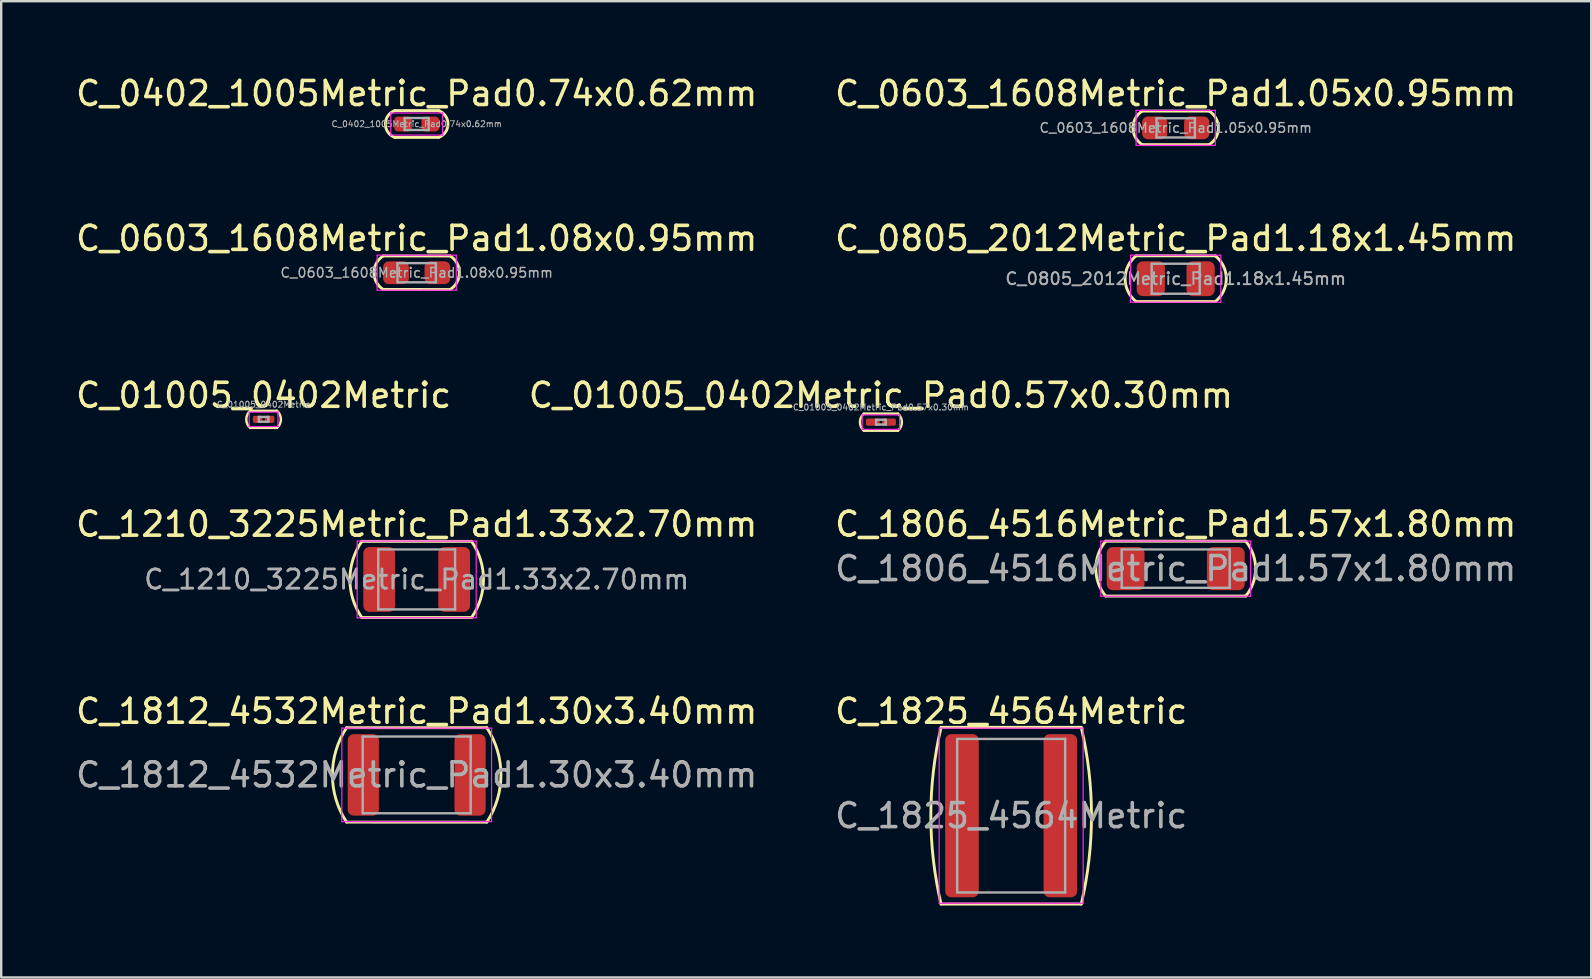
<source format=kicad_pcb>
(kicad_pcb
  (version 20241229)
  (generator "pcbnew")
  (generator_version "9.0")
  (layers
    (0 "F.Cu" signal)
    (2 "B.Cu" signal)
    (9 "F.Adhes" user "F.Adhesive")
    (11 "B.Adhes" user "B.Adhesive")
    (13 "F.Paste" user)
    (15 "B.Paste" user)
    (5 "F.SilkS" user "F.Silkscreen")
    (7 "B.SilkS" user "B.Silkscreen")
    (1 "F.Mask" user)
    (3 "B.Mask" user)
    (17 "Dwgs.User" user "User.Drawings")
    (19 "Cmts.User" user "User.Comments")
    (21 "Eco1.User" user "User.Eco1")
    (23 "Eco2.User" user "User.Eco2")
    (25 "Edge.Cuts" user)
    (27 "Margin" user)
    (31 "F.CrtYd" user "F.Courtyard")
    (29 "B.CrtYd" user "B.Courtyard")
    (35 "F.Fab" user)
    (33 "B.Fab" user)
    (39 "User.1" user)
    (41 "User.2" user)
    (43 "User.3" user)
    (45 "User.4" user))
  (footprint "C_0402_1005Metric_Pad0.74x0.62mm"
    (layer "F.Cu")
    (at 14.315 2.118)
    (property "Reference" "C_0402_1005Metric_Pad0.74x0.62mm" (at 0 -1.27 0) (layer "F.SilkS") (effects (font (size 1 1) (thickness 0.15))))
    (attr smd)
    (fp_line (start -0.914 -0.559) (end 0.914 -0.559) (stroke (width 0.12) (type solid)) (layer "F.SilkS"))
    (fp_line (start 0.914 0.559) (end -0.914 0.559) (stroke (width 0.12) (type solid)) (layer "F.SilkS"))
    (fp_arc (start -0.914399 0.558801) (mid -1.305797 0.000002) (end -0.9144 -0.558797) (stroke (width 0.12) (type solid)) (layer "F.SilkS"))
    (fp_arc (start 0.914399 -0.558799) (mid 1.305797 0) (end 0.9144 0.558799) (stroke (width 0.12) (type solid)) (layer "F.SilkS"))
    (fp_line (start -1.08 -0.46) (end 1.08 -0.46) (stroke (width 0.05) (type solid)) (layer "F.CrtYd"))
    (fp_line (start -1.08 0.46) (end -1.08 -0.46) (stroke (width 0.05) (type solid)) (layer "F.CrtYd"))
    (fp_line (start 1.08 -0.46) (end 1.08 0.46) (stroke (width 0.05) (type solid)) (layer "F.CrtYd"))
    (fp_line (start 1.08 0.46) (end -1.08 0.46) (stroke (width 0.05) (type solid)) (layer "F.CrtYd"))
    (fp_line (start -0.5 -0.25) (end 0.5 -0.25) (stroke (width 0.1) (type solid)) (layer "F.Fab"))
    (fp_line (start -0.5 0.25) (end -0.5 -0.25) (stroke (width 0.1) (type solid)) (layer "F.Fab"))
    (fp_line (start 0.5 -0.25) (end 0.5 0.25) (stroke (width 0.1) (type solid)) (layer "F.Fab"))
    (fp_line (start 0.5 0.25) (end -0.5 0.25) (stroke (width 0.1) (type solid)) (layer "F.Fab"))
    (fp_text user "${REFERENCE}" (at 0 0 0) (layer "F.Fab") (effects (font (size 0.25 0.25) (thickness 0.04))))
    (pad "1" smd roundrect (at -0.568 0) (size 0.735 0.62) (layers "F.Cu" "F.Mask" "F.Paste") (roundrect_rratio 0.25))
    (pad "2" smd roundrect (at 0.568 0) (size 0.735 0.62) (layers "F.Cu" "F.Mask" "F.Paste") (roundrect_rratio 0.25)))
  (footprint "C_0603_1608Metric_Pad1.08x0.95mm"
    (layer "F.Cu")
    (at 14.315 8.315)
    (property "Reference" "C_0603_1608Metric_Pad1.08x0.95mm" (at 0 -1.43 0) (layer "F.SilkS") (effects (font (size 1 1) (thickness 0.15))))
    (attr smd)
    (fp_line (start -1.397 0.698) (end 1.397 0.699) (stroke (width 0.12) (type solid)) (layer "F.SilkS"))
    (fp_line (start 1.397 -0.698) (end -1.397 -0.699) (stroke (width 0.12) (type solid)) (layer "F.SilkS"))
    (fp_arc (start -1.396999 0.698499) (mid -1.780438 0) (end -1.397 -0.6985) (stroke (width 0.12) (type solid)) (layer "F.SilkS"))
    (fp_arc (start 1.396999 -0.698499) (mid 1.780438 0) (end 1.397 0.6985) (stroke (width 0.12) (type solid)) (layer "F.SilkS"))
    (fp_line (start -1.65 -0.73) (end 1.65 -0.73) (stroke (width 0.05) (type solid)) (layer "F.CrtYd"))
    (fp_line (start -1.65 0.73) (end -1.65 -0.73) (stroke (width 0.05) (type solid)) (layer "F.CrtYd"))
    (fp_line (start 1.65 -0.73) (end 1.65 0.73) (stroke (width 0.05) (type solid)) (layer "F.CrtYd"))
    (fp_line (start 1.65 0.73) (end -1.65 0.73) (stroke (width 0.05) (type solid)) (layer "F.CrtYd"))
    (fp_line (start -0.8 -0.4) (end 0.8 -0.4) (stroke (width 0.1) (type solid)) (layer "F.Fab"))
    (fp_line (start -0.8 0.4) (end -0.8 -0.4) (stroke (width 0.1) (type solid)) (layer "F.Fab"))
    (fp_line (start 0.8 -0.4) (end 0.8 0.4) (stroke (width 0.1) (type solid)) (layer "F.Fab"))
    (fp_line (start 0.8 0.4) (end -0.8 0.4) (stroke (width 0.1) (type solid)) (layer "F.Fab"))
    (fp_text user "${REFERENCE}" (at 0 0 0) (layer "F.Fab") (effects (font (size 0.4 0.4) (thickness 0.06))))
    (pad "1" smd roundrect (at -0.863 0) (size 1.075 0.95) (layers "F.Cu" "F.Mask" "F.Paste") (roundrect_rratio 0.25))
    (pad "2" smd roundrect (at 0.863 0) (size 1.075 0.95) (layers "F.Cu" "F.Mask" "F.Paste") (roundrect_rratio 0.25)))
  (footprint "C_1825_4564Metric"
    (layer "F.Cu")
    (at 39.089 30.943)
    (property "Reference" "C_1825_4564Metric" (at 0 -4.35 0) (layer "F.SilkS") (effects (font (size 1 1) (thickness 0.15))))
    (attr smd)
    (fp_line (start -2.921 3.683) (end 2.921 3.683) (stroke (width 0.12) (type solid)) (layer "F.SilkS"))
    (fp_line (start 2.921 -3.683) (end -2.921 -3.683) (stroke (width 0.12) (type solid)) (layer "F.SilkS"))
    (fp_arc (start -2.921 3.683) (mid -3.347615 0) (end -2.921 -3.683) (stroke (width 0.12) (type solid)) (layer "F.SilkS"))
    (fp_arc (start 2.921 -3.683) (mid 3.347615 0) (end 2.921 3.683) (stroke (width 0.12) (type solid)) (layer "F.SilkS"))
    (fp_line (start -3 -3.65) (end 3 -3.65) (stroke (width 0.05) (type solid)) (layer "F.CrtYd"))
    (fp_line (start -3 3.65) (end -3 -3.65) (stroke (width 0.05) (type solid)) (layer "F.CrtYd"))
    (fp_line (start 3 -3.65) (end 3 3.65) (stroke (width 0.05) (type solid)) (layer "F.CrtYd"))
    (fp_line (start 3 3.65) (end -3 3.65) (stroke (width 0.05) (type solid)) (layer "F.CrtYd"))
    (fp_line (start -2.25 -3.2) (end 2.25 -3.2) (stroke (width 0.1) (type solid)) (layer "F.Fab"))
    (fp_line (start -2.25 3.2) (end -2.25 -3.2) (stroke (width 0.1) (type solid)) (layer "F.Fab"))
    (fp_line (start 2.25 -3.2) (end 2.25 3.2) (stroke (width 0.1) (type solid)) (layer "F.Fab"))
    (fp_line (start 2.25 3.2) (end -2.25 3.2) (stroke (width 0.1) (type solid)) (layer "F.Fab"))
    (fp_text user "${REFERENCE}" (at 0 0 0) (layer "F.Fab") (effects (font (size 1 1) (thickness 0.15))))
    (pad "1" smd roundrect (at -2.05 0) (size 1.4 6.8) (layers "F.Cu" "F.Mask" "F.Paste") (roundrect_rratio 0.179))
    (pad "2" smd roundrect (at 2.05 0) (size 1.4 6.8) (layers "F.Cu" "F.Mask" "F.Paste") (roundrect_rratio 0.179)))
  (footprint "C_0603_1608Metric_Pad1.05x0.95mm"
    (layer "F.Cu")
    (at 45.946 2.278)
    (property "Reference" "C_0603_1608Metric_Pad1.05x0.95mm" (at 0 -1.43 0) (layer "F.SilkS") (effects (font (size 1 1) (thickness 0.15))))
    (attr smd)
    (fp_line (start -1.397 0.699) (end 1.397 0.699) (stroke (width 0.12) (type solid)) (layer "F.SilkS"))
    (fp_line (start 1.397 -0.698) (end -1.397 -0.698) (stroke (width 0.12) (type solid)) (layer "F.SilkS"))
    (fp_arc (start -1.397 0.698501) (mid -1.780439 0.000002) (end -1.397001 -0.698498) (stroke (width 0.12) (type solid)) (layer "F.SilkS"))
    (fp_arc (start 1.396999 -0.698499) (mid 1.780438 0) (end 1.397 0.6985) (stroke (width 0.12) (type solid)) (layer "F.SilkS"))
    (fp_line (start -1.65 -0.73) (end 1.65 -0.73) (stroke (width 0.05) (type solid)) (layer "F.CrtYd"))
    (fp_line (start -1.65 0.73) (end -1.65 -0.73) (stroke (width 0.05) (type solid)) (layer "F.CrtYd"))
    (fp_line (start 1.65 -0.73) (end 1.65 0.73) (stroke (width 0.05) (type solid)) (layer "F.CrtYd"))
    (fp_line (start 1.65 0.73) (end -1.65 0.73) (stroke (width 0.05) (type solid)) (layer "F.CrtYd"))
    (fp_line (start -0.8 -0.4) (end 0.8 -0.4) (stroke (width 0.1) (type solid)) (layer "F.Fab"))
    (fp_line (start -0.8 0.4) (end -0.8 -0.4) (stroke (width 0.1) (type solid)) (layer "F.Fab"))
    (fp_line (start 0.8 -0.4) (end 0.8 0.4) (stroke (width 0.1) (type solid)) (layer "F.Fab"))
    (fp_line (start 0.8 0.4) (end -0.8 0.4) (stroke (width 0.1) (type solid)) (layer "F.Fab"))
    (fp_text user "${REFERENCE}" (at 0 0 0) (layer "F.Fab") (effects (font (size 0.4 0.4) (thickness 0.06))))
    (pad "1" smd roundrect (at -0.875 0) (size 1.05 0.95) (layers "F.Cu" "F.Mask" "F.Paste") (roundrect_rratio 0.25))
    (pad "2" smd roundrect (at 0.875 0) (size 1.05 0.95) (layers "F.Cu" "F.Mask" "F.Paste") (roundrect_rratio 0.25)))
  (footprint "C_1210_3225Metric_Pad1.33x2.70mm"
    (layer "F.Cu")
    (at 14.315 21.097)
    (property "Reference" "C_1210_3225Metric_Pad1.33x2.70mm" (at 0 -2.3 0) (layer "F.SilkS") (effects (font (size 1 1) (thickness 0.15))))
    (attr smd)
    (fp_line (start -2.286 1.587) (end 2.286 1.587) (stroke (width 0.12) (type solid)) (layer "F.SilkS"))
    (fp_line (start 2.286 -1.587) (end -2.286 -1.587) (stroke (width 0.12) (type solid)) (layer "F.SilkS"))
    (fp_arc (start -2.286 1.5875) (mid -2.783155 0) (end -2.286 -1.5875) (stroke (width 0.12) (type solid)) (layer "F.SilkS"))
    (fp_arc (start 2.286 -1.5875) (mid 2.783155 0) (end 2.286 1.5875) (stroke (width 0.12) (type solid)) (layer "F.SilkS"))
    (fp_line (start -2.48 -1.6) (end 2.48 -1.6) (stroke (width 0.05) (type solid)) (layer "F.CrtYd"))
    (fp_line (start -2.48 1.6) (end -2.48 -1.6) (stroke (width 0.05) (type solid)) (layer "F.CrtYd"))
    (fp_line (start 2.48 -1.6) (end 2.48 1.6) (stroke (width 0.05) (type solid)) (layer "F.CrtYd"))
    (fp_line (start 2.48 1.6) (end -2.48 1.6) (stroke (width 0.05) (type solid)) (layer "F.CrtYd"))
    (fp_line (start -1.6 -1.25) (end 1.6 -1.25) (stroke (width 0.1) (type solid)) (layer "F.Fab"))
    (fp_line (start -1.6 1.25) (end -1.6 -1.25) (stroke (width 0.1) (type solid)) (layer "F.Fab"))
    (fp_line (start 1.6 -1.25) (end 1.6 1.25) (stroke (width 0.1) (type solid)) (layer "F.Fab"))
    (fp_line (start 1.6 1.25) (end -1.6 1.25) (stroke (width 0.1) (type solid)) (layer "F.Fab"))
    (fp_text user "${REFERENCE}" (at 0 0 0) (layer "F.Fab") (effects (font (size 0.8 0.8) (thickness 0.12))))
    (pad "1" smd roundrect (at -1.562 0) (size 1.325 2.7) (layers "F.Cu" "F.Mask" "F.Paste") (roundrect_rratio 0.189))
    (pad "2" smd roundrect (at 1.562 0) (size 1.325 2.7) (layers "F.Cu" "F.Mask" "F.Paste") (roundrect_rratio 0.189)))
  (footprint "C_1806_4516Metric_Pad1.57x1.80mm"
    (layer "F.Cu")
    (at 45.946 20.647)
    (property "Reference" "C_1806_4516Metric_Pad1.57x1.80mm" (at 0 -1.85 0) (layer "F.SilkS") (effects (font (size 1 1) (thickness 0.15))))
    (attr smd)
    (fp_line (start -2.921 1.143) (end 2.921 1.143) (stroke (width 0.12) (type solid)) (layer "F.SilkS"))
    (fp_line (start 2.921 -1.143) (end -2.921 -1.143) (stroke (width 0.12) (type solid)) (layer "F.SilkS"))
    (fp_arc (start -2.921 1.143) (mid -3.329009 0) (end -2.921 -1.143) (stroke (width 0.12) (type solid)) (layer "F.SilkS"))
    (fp_arc (start 2.921 -1.143) (mid 3.329009 0) (end 2.921 1.143) (stroke (width 0.12) (type solid)) (layer "F.SilkS"))
    (fp_line (start -3.12 -1.15) (end 3.12 -1.15) (stroke (width 0.05) (type solid)) (layer "F.CrtYd"))
    (fp_line (start -3.12 1.15) (end -3.12 -1.15) (stroke (width 0.05) (type solid)) (layer "F.CrtYd"))
    (fp_line (start 3.12 -1.15) (end 3.12 1.15) (stroke (width 0.05) (type solid)) (layer "F.CrtYd"))
    (fp_line (start 3.12 1.15) (end -3.12 1.15) (stroke (width 0.05) (type solid)) (layer "F.CrtYd"))
    (fp_line (start -2.25 -0.8) (end 2.25 -0.8) (stroke (width 0.1) (type solid)) (layer "F.Fab"))
    (fp_line (start -2.25 0.8) (end -2.25 -0.8) (stroke (width 0.1) (type solid)) (layer "F.Fab"))
    (fp_line (start 2.25 -0.8) (end 2.25 0.8) (stroke (width 0.1) (type solid)) (layer "F.Fab"))
    (fp_line (start 2.25 0.8) (end -2.25 0.8) (stroke (width 0.1) (type solid)) (layer "F.Fab"))
    (fp_text user "${REFERENCE}" (at 0 0 0) (layer "F.Fab") (effects (font (size 1 1) (thickness 0.15))))
    (pad "1" smd roundrect (at -2.087 0) (size 1.575 1.8) (layers "F.Cu" "F.Mask" "F.Paste") (roundrect_rratio 0.159))
    (pad "2" smd roundrect (at 2.087 0) (size 1.575 1.8) (layers "F.Cu" "F.Mask" "F.Paste") (roundrect_rratio 0.159)))
  (footprint "C_01005_0402Metric"
    (layer "F.Cu")
    (at 7.935 14.426)
    (property "Reference" "C_01005_0402Metric" (at 0 -1 0) (layer "F.SilkS") (effects (font (size 1 1) (thickness 0.15))))
    (attr smd)
    (fp_line (start -0.559 0.356) (end 0.559 0.356) (stroke (width 0.1) (type solid)) (layer "F.SilkS"))
    (fp_line (start 0.559 -0.356) (end -0.559 -0.356) (stroke (width 0.1) (type solid)) (layer "F.SilkS"))
    (fp_arc (start -0.5588 0.3556) (mid -0.722357 0.000001) (end -0.5588 -0.355598) (stroke (width 0.1) (type solid)) (layer "F.SilkS"))
    (fp_arc (start 0.5588 -0.355598) (mid 0.722357 0.000001) (end 0.5588 0.3556) (stroke (width 0.1) (type solid)) (layer "F.SilkS"))
    (fp_line (start -0.6 -0.3) (end 0.6 -0.3) (stroke (width 0.05) (type solid)) (layer "F.CrtYd"))
    (fp_line (start -0.6 0.3) (end -0.6 -0.3) (stroke (width 0.05) (type solid)) (layer "F.CrtYd"))
    (fp_line (start 0.6 -0.3) (end 0.6 0.3) (stroke (width 0.05) (type solid)) (layer "F.CrtYd"))
    (fp_line (start 0.6 0.3) (end -0.6 0.3) (stroke (width 0.05) (type solid)) (layer "F.CrtYd"))
    (fp_line (start -0.2 -0.1) (end 0.2 -0.1) (stroke (width 0.1) (type solid)) (layer "F.Fab"))
    (fp_line (start -0.2 0.1) (end -0.2 -0.1) (stroke (width 0.1) (type solid)) (layer "F.Fab"))
    (fp_line (start 0.2 -0.1) (end 0.2 0.1) (stroke (width 0.1) (type solid)) (layer "F.Fab"))
    (fp_line (start 0.2 0.1) (end -0.2 0.1) (stroke (width 0.1) (type solid)) (layer "F.Fab"))
    (fp_text user "${REFERENCE}" (at 0 -0.62 0) (layer "F.Fab") (effects (font (size 0.25 0.25) (thickness 0.04))))
    (pad "" smd roundrect (at -0.275 0) (size 0.27 0.27) (layers "F.Paste") (roundrect_rratio 0.25))
    (pad "" smd roundrect (at 0.275 0) (size 0.27 0.27) (layers "F.Paste") (roundrect_rratio 0.25))
    (pad "1" smd roundrect (at -0.25 0) (size 0.4 0.3) (layers "F.Cu" "F.Mask") (roundrect_rratio 0.25))
    (pad "2" smd roundrect (at 0.25 0) (size 0.4 0.3) (layers "F.Cu" "F.Mask") (roundrect_rratio 0.25)))
  (footprint "C_0805_2012Metric_Pad1.18x1.45mm"
    (layer "F.Cu")
    (at 45.946 8.565)
    (property "Reference" "C_0805_2012Metric_Pad1.18x1.45mm" (at 0 -1.68 0) (layer "F.SilkS") (effects (font (size 1 1) (thickness 0.15))))
    (attr smd)
    (fp_line (start -1.651 0.953) (end 1.651 0.953) (stroke (width 0.12) (type solid)) (layer "F.SilkS"))
    (fp_line (start 1.651 -0.953) (end -1.651 -0.953) (stroke (width 0.12) (type solid)) (layer "F.SilkS"))
    (fp_arc (start -1.651 0.9525) (mid -2.108795 0) (end -1.651 -0.9525) (stroke (width 0.12) (type solid)) (layer "F.SilkS"))
    (fp_arc (start 1.651 -0.9525) (mid 2.108795 0) (end 1.651 0.9525) (stroke (width 0.12) (type solid)) (layer "F.SilkS"))
    (fp_line (start -1.88 -0.98) (end 1.88 -0.98) (stroke (width 0.05) (type solid)) (layer "F.CrtYd"))
    (fp_line (start -1.88 0.98) (end -1.88 -0.98) (stroke (width 0.05) (type solid)) (layer "F.CrtYd"))
    (fp_line (start 1.88 -0.98) (end 1.88 0.98) (stroke (width 0.05) (type solid)) (layer "F.CrtYd"))
    (fp_line (start 1.88 0.98) (end -1.88 0.98) (stroke (width 0.05) (type solid)) (layer "F.CrtYd"))
    (fp_line (start -1 -0.625) (end 1 -0.625) (stroke (width 0.1) (type solid)) (layer "F.Fab"))
    (fp_line (start -1 0.625) (end -1 -0.625) (stroke (width 0.1) (type solid)) (layer "F.Fab"))
    (fp_line (start 1 -0.625) (end 1 0.625) (stroke (width 0.1) (type solid)) (layer "F.Fab"))
    (fp_line (start 1 0.625) (end -1 0.625) (stroke (width 0.1) (type solid)) (layer "F.Fab"))
    (fp_text user "${REFERENCE}" (at 0 0 0) (layer "F.Fab") (effects (font (size 0.5 0.5) (thickness 0.08))))
    (pad "1" smd roundrect (at -1.038 0) (size 1.175 1.45) (layers "F.Cu" "F.Mask" "F.Paste") (roundrect_rratio 0.213))
    (pad "2" smd roundrect (at 1.038 0) (size 1.175 1.45) (layers "F.Cu" "F.Mask" "F.Paste") (roundrect_rratio 0.213)))
  (footprint "C_01005_0402Metric_Pad0.57x0.30mm"
    (layer "F.Cu")
    (at 33.661 14.543)
    (property "Reference" "C_01005_0402Metric_Pad0.57x0.30mm" (at 0 -1.118 0) (layer "F.SilkS") (effects (font (size 1 1) (thickness 0.15))))
    (attr smd)
    (fp_line (start -0.711 0.356) (end 0.711 0.356) (stroke (width 0.1) (type solid)) (layer "F.SilkS"))
    (fp_line (start 0.711 -0.356) (end -0.711 -0.356) (stroke (width 0.1) (type solid)) (layer "F.SilkS"))
    (fp_arc (start -0.7112 0.355599) (mid -0.874757 0) (end -0.7112 -0.355599) (stroke (width 0.1) (type solid)) (layer "F.SilkS"))
    (fp_arc (start 0.7112 -0.355597) (mid 0.874757 0.000002) (end 0.7112 0.355601) (stroke (width 0.1) (type solid)) (layer "F.SilkS"))
    (fp_line (start -0.78 -0.3) (end 0.78 -0.3) (stroke (width 0.05) (type solid)) (layer "F.CrtYd"))
    (fp_line (start -0.78 0.3) (end -0.78 -0.3) (stroke (width 0.05) (type solid)) (layer "F.CrtYd"))
    (fp_line (start 0.78 -0.3) (end 0.78 0.3) (stroke (width 0.05) (type solid)) (layer "F.CrtYd"))
    (fp_line (start 0.78 0.3) (end -0.78 0.3) (stroke (width 0.05) (type solid)) (layer "F.CrtYd"))
    (fp_line (start -0.2 -0.1) (end 0.2 -0.1) (stroke (width 0.1) (type solid)) (layer "F.Fab"))
    (fp_line (start -0.2 0.1) (end -0.2 -0.1) (stroke (width 0.1) (type solid)) (layer "F.Fab"))
    (fp_line (start 0.2 -0.1) (end 0.2 0.1) (stroke (width 0.1) (type solid)) (layer "F.Fab"))
    (fp_line (start 0.2 0.1) (end -0.2 0.1) (stroke (width 0.1) (type solid)) (layer "F.Fab"))
    (fp_text user "${REFERENCE}" (at 0 -0.62 0) (layer "F.Fab") (effects (font (size 0.25 0.25) (thickness 0.04))))
    (pad "" smd roundrect (at -0.362 0) (size 0.41 0.27) (layers "F.Paste") (roundrect_rratio 0.25))
    (pad "" smd roundrect (at 0.362 0) (size 0.41 0.27) (layers "F.Paste") (roundrect_rratio 0.25))
    (pad "1" smd roundrect (at -0.338 0) (size 0.575 0.3) (layers "F.Cu" "F.Mask") (roundrect_rratio 0.25))
    (pad "2" smd roundrect (at 0.338 0) (size 0.575 0.3) (layers "F.Cu" "F.Mask") (roundrect_rratio 0.25)))
  (footprint "C_1812_4532Metric_Pad1.30x3.40mm"
    (layer "F.Cu")
    (at 14.315 29.243)
    (property "Reference" "C_1812_4532Metric_Pad1.30x3.40mm" (at 0 -2.65 0) (layer "F.SilkS") (effects (font (size 1 1) (thickness 0.15))))
    (attr smd)
    (fp_line (start -2.921 1.968) (end 2.921 1.969) (stroke (width 0.12) (type solid)) (layer "F.SilkS"))
    (fp_line (start 2.921 -1.968) (end -2.921 -1.968) (stroke (width 0.12) (type solid)) (layer "F.SilkS"))
    (fp_arc (start -2.921001 1.9685) (mid -3.511725 0) (end -2.921 -1.968499) (stroke (width 0.12) (type solid)) (layer "F.SilkS"))
    (fp_arc (start 2.921001 -1.968498) (mid 3.511725 0.000002) (end 2.921 1.968501) (stroke (width 0.12) (type solid)) (layer "F.SilkS"))
    (fp_line (start -3.12 -1.95) (end 3.12 -1.95) (stroke (width 0.05) (type solid)) (layer "F.CrtYd"))
    (fp_line (start -3.12 1.95) (end -3.12 -1.95) (stroke (width 0.05) (type solid)) (layer "F.CrtYd"))
    (fp_line (start 3.12 -1.95) (end 3.12 1.95) (stroke (width 0.05) (type solid)) (layer "F.CrtYd"))
    (fp_line (start 3.12 1.95) (end -3.12 1.95) (stroke (width 0.05) (type solid)) (layer "F.CrtYd"))
    (fp_line (start -2.25 -1.6) (end 2.25 -1.6) (stroke (width 0.1) (type solid)) (layer "F.Fab"))
    (fp_line (start -2.25 1.6) (end -2.25 -1.6) (stroke (width 0.1) (type solid)) (layer "F.Fab"))
    (fp_line (start 2.25 -1.6) (end 2.25 1.6) (stroke (width 0.1) (type solid)) (layer "F.Fab"))
    (fp_line (start 2.25 1.6) (end -2.25 1.6) (stroke (width 0.1) (type solid)) (layer "F.Fab"))
    (fp_text user "${REFERENCE}" (at 0 0 0) (layer "F.Fab") (effects (font (size 1 1) (thickness 0.15))))
    (pad "1" smd roundrect (at -2.225 0) (size 1.3 3.4) (layers "F.Cu" "F.Mask" "F.Paste") (roundrect_rratio 0.192))
    (pad "2" smd roundrect (at 2.225 0) (size 1.3 3.4) (layers "F.Cu" "F.Mask" "F.Paste") (roundrect_rratio 0.192)))
  (gr_rect
    (start -3 -3)
    (end 63.262 37.686)
    (stroke (width 0.1) (type default))
    (fill no)
    (layer "Edge.Cuts")))
</source>
